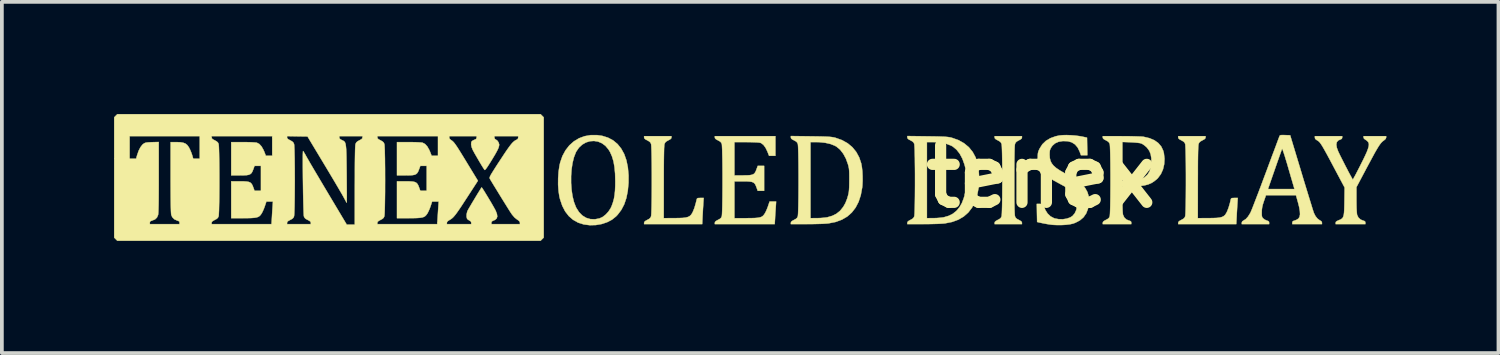
<source format=kicad_pcb>
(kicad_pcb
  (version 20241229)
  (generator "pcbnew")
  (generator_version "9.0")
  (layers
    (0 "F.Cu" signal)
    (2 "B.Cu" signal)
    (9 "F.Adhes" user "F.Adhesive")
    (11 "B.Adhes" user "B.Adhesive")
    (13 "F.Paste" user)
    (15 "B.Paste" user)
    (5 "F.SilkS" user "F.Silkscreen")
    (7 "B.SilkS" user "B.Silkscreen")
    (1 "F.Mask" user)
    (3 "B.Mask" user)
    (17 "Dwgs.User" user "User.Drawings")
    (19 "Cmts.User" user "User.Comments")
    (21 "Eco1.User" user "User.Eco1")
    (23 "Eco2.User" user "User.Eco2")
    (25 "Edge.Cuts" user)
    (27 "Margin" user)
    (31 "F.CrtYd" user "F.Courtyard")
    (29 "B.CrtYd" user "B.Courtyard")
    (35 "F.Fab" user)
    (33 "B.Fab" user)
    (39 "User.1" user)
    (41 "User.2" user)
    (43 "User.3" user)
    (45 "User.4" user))
  (footprint "tenex"
    (layer "F.Cu")
    (at 24.801 1.674)
    (property "Reference" "tenex" (at 0 0 0) (layer "F.SilkS") (effects (font (size 1.524 1.524) (thickness 0.3))))
    (attr through_hole)
    (fp_poly (pts (xy -0.509 -1.045) (xy -0.516 -1.02) (xy -0.543 -0.996) (xy -0.592 -0.97) (xy -0.645 -0.94) (xy -0.676 -0.911) (xy -0.695 -0.874) (xy -0.699 -0.851) (xy -0.703 -0.809) (xy -0.706 -0.746) (xy -0.708 -0.661) (xy -0.71 -0.552) (xy -0.712 -0.417) (xy -0.713 -0.255) (xy -0.713 -0.064) (xy -0.713 0.095) (xy -0.713 0.309) (xy -0.713 0.492) (xy -0.712 0.647) (xy -0.71 0.775) (xy -0.708 0.877) (xy -0.705 0.956) (xy -0.702 1.013) (xy -0.698 1.05) (xy -0.695 1.065) (xy -0.676 1.103) (xy -0.644 1.132) (xy -0.592 1.16) (xy -0.542 1.188) (xy -0.516 1.211) (xy -0.509 1.236) (xy -0.509 1.272) (xy -1.24 1.272) (xy -1.24 1.236) (xy -1.232 1.211) (xy -1.205 1.187) (xy -1.156 1.16) (xy -1.103 1.131) (xy -1.072 1.102) (xy -1.054 1.065) (xy -1.05 1.036) (xy -1.046 0.98) (xy -1.043 0.898) (xy -1.04 0.795) (xy -1.038 0.675) (xy -1.036 0.541) (xy -1.035 0.396) (xy -1.034 0.244) (xy -1.034 0.089) (xy -1.034 -0.066) (xy -1.035 -0.217) (xy -1.036 -0.361) (xy -1.038 -0.494) (xy -1.04 -0.613) (xy -1.043 -0.715) (xy -1.046 -0.794) (xy -1.05 -0.849) (xy -1.054 -0.874) (xy -1.073 -0.912) (xy -1.105 -0.941) (xy -1.156 -0.97) (xy -1.207 -0.997) (xy -1.233 -1.021) (xy -1.24 -1.045) (xy -1.24 -1.081) (xy -0.509 -1.081) (xy -0.509 -1.045)) (stroke (width 0.01) (type solid)) (fill yes) (layer "F.SilkS"))
    (fp_poly (pts (xy -9.887 -1.045) (xy -9.894 -1.02) (xy -9.921 -0.996) (xy -9.97 -0.97) (xy -10.023 -0.94) (xy -10.054 -0.911) (xy -10.072 -0.874) (xy -10.077 -0.852) (xy -10.08 -0.81) (xy -10.084 -0.748) (xy -10.086 -0.663) (xy -10.088 -0.555) (xy -10.09 -0.421) (xy -10.091 -0.26) (xy -10.092 -0.07) (xy -10.092 0.147) (xy -10.093 1.113) (xy -9.811 1.112) (xy -9.682 1.11) (xy -9.581 1.106) (xy -9.502 1.096) (xy -9.442 1.08) (xy -9.397 1.056) (xy -9.362 1.023) (xy -9.332 0.978) (xy -9.309 0.931) (xy -9.271 0.835) (xy -9.235 0.71) (xy -9.212 0.616) (xy -9.204 0.591) (xy -9.19 0.578) (xy -9.159 0.573) (xy -9.113 0.572) (xy -9.024 0.572) (xy -9.034 0.711) (xy -9.038 0.784) (xy -9.044 0.876) (xy -9.049 0.975) (xy -9.054 1.061) (xy -9.064 1.272) (xy -10.618 1.272) (xy -10.618 1.236) (xy -10.61 1.211) (xy -10.583 1.187) (xy -10.534 1.16) (xy -10.481 1.131) (xy -10.45 1.102) (xy -10.432 1.065) (xy -10.428 1.036) (xy -10.424 0.98) (xy -10.421 0.898) (xy -10.418 0.795) (xy -10.416 0.675) (xy -10.414 0.541) (xy -10.413 0.396) (xy -10.412 0.244) (xy -10.412 0.089) (xy -10.412 -0.066) (xy -10.413 -0.217) (xy -10.414 -0.361) (xy -10.416 -0.494) (xy -10.418 -0.613) (xy -10.421 -0.715) (xy -10.424 -0.794) (xy -10.428 -0.849) (xy -10.432 -0.874) (xy -10.451 -0.912) (xy -10.483 -0.941) (xy -10.534 -0.97) (xy -10.585 -0.997) (xy -10.611 -1.021) (xy -10.618 -1.045) (xy -10.618 -1.081) (xy -9.887 -1.081) (xy -9.887 -1.045)) (stroke (width 0.01) (type solid)) (fill yes) (layer "F.SilkS"))
    (fp_poly (pts (xy 4.403 -1.045) (xy 4.395 -1.02) (xy 4.369 -0.996) (xy 4.319 -0.97) (xy 4.266 -0.94) (xy 4.235 -0.911) (xy 4.217 -0.874) (xy 4.213 -0.852) (xy 4.209 -0.81) (xy 4.206 -0.748) (xy 4.203 -0.663) (xy 4.201 -0.555) (xy 4.199 -0.421) (xy 4.198 -0.26) (xy 4.198 -0.07) (xy 4.197 0.147) (xy 4.196 1.113) (xy 4.478 1.112) (xy 4.607 1.11) (xy 4.709 1.106) (xy 4.787 1.096) (xy 4.847 1.08) (xy 4.892 1.056) (xy 4.928 1.023) (xy 4.957 0.978) (xy 4.981 0.931) (xy 5.018 0.835) (xy 5.055 0.71) (xy 5.077 0.616) (xy 5.085 0.591) (xy 5.1 0.578) (xy 5.131 0.573) (xy 5.176 0.572) (xy 5.265 0.572) (xy 5.256 0.711) (xy 5.251 0.784) (xy 5.246 0.876) (xy 5.24 0.975) (xy 5.236 1.061) (xy 5.225 1.272) (xy 3.672 1.272) (xy 3.672 1.236) (xy 3.679 1.211) (xy 3.706 1.187) (xy 3.755 1.16) (xy 3.808 1.131) (xy 3.84 1.102) (xy 3.858 1.065) (xy 3.862 1.036) (xy 3.866 0.98) (xy 3.869 0.898) (xy 3.872 0.795) (xy 3.874 0.675) (xy 3.876 0.541) (xy 3.877 0.396) (xy 3.878 0.244) (xy 3.878 0.089) (xy 3.878 -0.066) (xy 3.877 -0.217) (xy 3.876 -0.361) (xy 3.874 -0.494) (xy 3.871 -0.613) (xy 3.869 -0.715) (xy 3.865 -0.794) (xy 3.862 -0.849) (xy 3.858 -0.874) (xy 3.839 -0.912) (xy 3.807 -0.941) (xy 3.755 -0.97) (xy 3.705 -0.997) (xy 3.679 -1.021) (xy 3.672 -1.045) (xy 3.672 -1.081) (xy 4.403 -1.081) (xy 4.403 -1.045)) (stroke (width 0.01) (type solid)) (fill yes) (layer "F.SilkS"))
    (fp_poly (pts (xy -11.876 -1.109) (xy -11.738 -1.089) (xy -11.584 -1.041) (xy -11.447 -0.968) (xy -11.329 -0.87) (xy -11.231 -0.748) (xy -11.151 -0.602) (xy -11.092 -0.435) (xy -11.053 -0.245) (xy -11.034 -0.034) (xy -11.035 0.166) (xy -11.055 0.382) (xy -11.093 0.573) (xy -11.15 0.742) (xy -11.228 0.891) (xy -11.326 1.021) (xy -11.37 1.067) (xy -11.479 1.154) (xy -11.61 1.222) (xy -11.755 1.27) (xy -11.911 1.297) (xy -12.07 1.301) (xy -12.227 1.281) (xy -12.233 1.28) (xy -12.384 1.232) (xy -12.518 1.157) (xy -12.633 1.057) (xy -12.73 0.932) (xy -12.808 0.781) (xy -12.867 0.606) (xy -12.885 0.534) (xy -12.907 0.387) (xy -12.919 0.222) (xy -12.918 0.048) (xy -12.914 -0.013) (xy -12.572 -0.013) (xy -12.572 0.171) (xy -12.559 0.351) (xy -12.534 0.522) (xy -12.496 0.678) (xy -12.445 0.811) (xy -12.436 0.831) (xy -12.361 0.95) (xy -12.272 1.041) (xy -12.17 1.104) (xy -12.057 1.138) (xy -11.934 1.143) (xy -11.81 1.119) (xy -11.728 1.081) (xy -11.648 1.019) (xy -11.574 0.939) (xy -11.514 0.848) (xy -11.488 0.793) (xy -11.453 0.695) (xy -11.426 0.598) (xy -11.408 0.494) (xy -11.396 0.378) (xy -11.39 0.241) (xy -11.389 0.127) (xy -11.394 -0.076) (xy -11.41 -0.253) (xy -11.437 -0.406) (xy -11.477 -0.54) (xy -11.529 -0.657) (xy -11.572 -0.727) (xy -11.653 -0.823) (xy -11.747 -0.892) (xy -11.851 -0.936) (xy -11.959 -0.953) (xy -12.068 -0.946) (xy -12.174 -0.913) (xy -12.273 -0.856) (xy -12.361 -0.775) (xy -12.433 -0.67) (xy -12.445 -0.646) (xy -12.496 -0.515) (xy -12.534 -0.362) (xy -12.559 -0.192) (xy -12.572 -0.013) (xy -12.914 -0.013) (xy -12.907 -0.124) (xy -12.884 -0.283) (xy -12.864 -0.374) (xy -12.804 -0.548) (xy -12.721 -0.702) (xy -12.619 -0.833) (xy -12.498 -0.941) (xy -12.361 -1.024) (xy -12.211 -1.08) (xy -12.048 -1.109) (xy -11.876 -1.109)) (stroke (width 0.01) (type solid)) (fill yes) (layer "F.SilkS"))
    (fp_poly (pts (xy -7.105 -0.556) (xy -7.275 -0.556) (xy -7.317 -0.664) (xy -7.368 -0.77) (xy -7.425 -0.848) (xy -7.487 -0.895) (xy -7.515 -0.905) (xy -7.549 -0.91) (xy -7.609 -0.915) (xy -7.688 -0.918) (xy -7.782 -0.921) (xy -7.882 -0.922) (xy -7.888 -0.922) (xy -8.202 -0.922) (xy -8.202 -0.032) (xy -7.975 -0.032) (xy -7.868 -0.033) (xy -7.788 -0.038) (xy -7.729 -0.049) (xy -7.687 -0.068) (xy -7.657 -0.097) (xy -7.633 -0.139) (xy -7.613 -0.19) (xy -7.578 -0.286) (xy -7.407 -0.286) (xy -7.407 0.381) (xy -7.578 0.381) (xy -7.613 0.285) (xy -7.635 0.23) (xy -7.659 0.189) (xy -7.691 0.161) (xy -7.734 0.143) (xy -7.794 0.133) (xy -7.877 0.128) (xy -7.975 0.127) (xy -8.202 0.127) (xy -8.202 1.113) (xy -7.884 1.113) (xy -7.756 1.112) (xy -7.656 1.109) (xy -7.579 1.103) (xy -7.52 1.092) (xy -7.476 1.077) (xy -7.442 1.054) (xy -7.414 1.024) (xy -7.39 0.989) (xy -7.362 0.938) (xy -7.332 0.87) (xy -7.305 0.8) (xy -7.303 0.793) (xy -7.261 0.668) (xy -7.086 0.668) (xy -7.095 0.807) (xy -7.1 0.888) (xy -7.107 0.985) (xy -7.113 1.079) (xy -7.114 1.109) (xy -7.124 1.272) (xy -8.726 1.272) (xy -8.726 1.236) (xy -8.719 1.211) (xy -8.692 1.187) (xy -8.643 1.16) (xy -8.59 1.131) (xy -8.558 1.102) (xy -8.54 1.065) (xy -8.536 1.036) (xy -8.532 0.98) (xy -8.529 0.898) (xy -8.526 0.795) (xy -8.524 0.675) (xy -8.522 0.541) (xy -8.521 0.396) (xy -8.52 0.244) (xy -8.52 0.089) (xy -8.52 -0.066) (xy -8.521 -0.217) (xy -8.522 -0.361) (xy -8.524 -0.494) (xy -8.527 -0.613) (xy -8.529 -0.715) (xy -8.533 -0.794) (xy -8.536 -0.849) (xy -8.54 -0.874) (xy -8.559 -0.912) (xy -8.591 -0.941) (xy -8.643 -0.97) (xy -8.693 -0.997) (xy -8.719 -1.021) (xy -8.726 -1.045) (xy -8.726 -1.081) (xy -7.105 -1.081) (xy -7.105 -0.556)) (stroke (width 0.01) (type solid)) (fill yes) (layer "F.SilkS"))
    (fp_poly (pts (xy 2.15 -1.081) (xy 2.278 -1.08) (xy 2.4 -1.079) (xy 2.513 -1.076) (xy 2.609 -1.073) (xy 2.686 -1.07) (xy 2.737 -1.066) (xy 2.748 -1.064) (xy 2.903 -1.027) (xy 3.033 -0.972) (xy 3.138 -0.897) (xy 3.217 -0.805) (xy 3.27 -0.693) (xy 3.288 -0.626) (xy 3.305 -0.475) (xy 3.296 -0.329) (xy 3.264 -0.192) (xy 3.208 -0.068) (xy 3.13 0.038) (xy 3.096 0.072) (xy 3.023 0.13) (xy 2.949 0.176) (xy 2.866 0.211) (xy 2.77 0.236) (xy 2.657 0.252) (xy 2.519 0.263) (xy 2.444 0.266) (xy 2.178 0.274) (xy 2.178 0.618) (xy 2.179 0.73) (xy 2.181 0.831) (xy 2.184 0.917) (xy 2.189 0.982) (xy 2.194 1.021) (xy 2.195 1.023) (xy 2.23 1.098) (xy 2.288 1.15) (xy 2.351 1.176) (xy 2.393 1.19) (xy 2.412 1.209) (xy 2.416 1.232) (xy 2.416 1.272) (xy 1.653 1.272) (xy 1.653 1.236) (xy 1.661 1.211) (xy 1.687 1.187) (xy 1.737 1.16) (xy 1.79 1.131) (xy 1.821 1.102) (xy 1.839 1.065) (xy 1.843 1.036) (xy 1.847 0.98) (xy 1.85 0.898) (xy 1.853 0.795) (xy 1.855 0.675) (xy 1.857 0.541) (xy 1.858 0.396) (xy 1.859 0.244) (xy 1.859 0.115) (xy 2.178 0.115) (xy 2.38 0.107) (xy 2.508 0.099) (xy 2.606 0.086) (xy 2.665 0.072) (xy 2.767 0.023) (xy 2.847 -0.047) (xy 2.904 -0.138) (xy 2.939 -0.253) (xy 2.953 -0.358) (xy 2.953 -0.489) (xy 2.935 -0.598) (xy 2.898 -0.69) (xy 2.839 -0.77) (xy 2.823 -0.787) (xy 2.77 -0.833) (xy 2.716 -0.87) (xy 2.678 -0.888) (xy 2.639 -0.897) (xy 2.575 -0.905) (xy 2.497 -0.912) (xy 2.411 -0.917) (xy 2.396 -0.918) (xy 2.178 -0.926) (xy 2.178 0.115) (xy 1.859 0.115) (xy 1.859 0.089) (xy 1.859 -0.066) (xy 1.858 -0.217) (xy 1.857 -0.361) (xy 1.855 -0.494) (xy 1.853 -0.613) (xy 1.85 -0.715) (xy 1.847 -0.794) (xy 1.843 -0.849) (xy 1.839 -0.874) (xy 1.82 -0.912) (xy 1.788 -0.941) (xy 1.737 -0.97) (xy 1.686 -0.997) (xy 1.66 -1.021) (xy 1.653 -1.045) (xy 1.653 -1.081) (xy 2.15 -1.081)) (stroke (width 0.01) (type solid)) (fill yes) (layer "F.SilkS"))
    (fp_poly (pts (xy 8.059 -1.043) (xy 8.049 -1.011) (xy 8.016 -0.994) (xy 8.015 -0.994) (xy 7.952 -0.966) (xy 7.914 -0.92) (xy 7.902 -0.855) (xy 7.915 -0.772) (xy 7.952 -0.673) (xy 7.977 -0.62) (xy 8.011 -0.55) (xy 8.052 -0.469) (xy 8.097 -0.38) (xy 8.144 -0.288) (xy 8.191 -0.198) (xy 8.235 -0.113) (xy 8.275 -0.039) (xy 8.308 0.021) (xy 8.331 0.062) (xy 8.343 0.079) (xy 8.343 0.079) (xy 8.353 0.066) (xy 8.374 0.027) (xy 8.407 -0.032) (xy 8.447 -0.109) (xy 8.494 -0.2) (xy 8.546 -0.301) (xy 8.548 -0.306) (xy 8.619 -0.447) (xy 8.675 -0.564) (xy 8.718 -0.659) (xy 8.747 -0.736) (xy 8.765 -0.796) (xy 8.773 -0.845) (xy 8.771 -0.883) (xy 8.76 -0.915) (xy 8.757 -0.919) (xy 8.726 -0.956) (xy 8.684 -0.985) (xy 8.683 -0.985) (xy 8.643 -1.014) (xy 8.631 -1.045) (xy 8.631 -1.081) (xy 9.235 -1.081) (xy 9.235 -1.044) (xy 9.221 -1.007) (xy 9.177 -0.969) (xy 9.176 -0.968) (xy 9.148 -0.948) (xy 9.12 -0.923) (xy 9.092 -0.891) (xy 9.06 -0.849) (xy 9.024 -0.794) (xy 8.982 -0.724) (xy 8.931 -0.636) (xy 8.872 -0.527) (xy 8.801 -0.395) (xy 8.722 -0.248) (xy 8.44 0.284) (xy 8.44 0.623) (xy 8.441 0.733) (xy 8.443 0.834) (xy 8.447 0.919) (xy 8.452 0.983) (xy 8.457 1.021) (xy 8.457 1.023) (xy 8.493 1.098) (xy 8.551 1.15) (xy 8.613 1.176) (xy 8.656 1.19) (xy 8.675 1.209) (xy 8.679 1.232) (xy 8.679 1.272) (xy 7.884 1.272) (xy 7.884 1.236) (xy 7.891 1.212) (xy 7.915 1.192) (xy 7.963 1.17) (xy 7.967 1.168) (xy 8.01 1.151) (xy 8.043 1.131) (xy 8.069 1.107) (xy 8.087 1.073) (xy 8.101 1.027) (xy 8.109 0.963) (xy 8.114 0.879) (xy 8.117 0.77) (xy 8.119 0.66) (xy 8.124 0.294) (xy 7.883 -0.159) (xy 7.795 -0.325) (xy 7.72 -0.466) (xy 7.657 -0.583) (xy 7.604 -0.679) (xy 7.56 -0.757) (xy 7.524 -0.818) (xy 7.494 -0.865) (xy 7.468 -0.901) (xy 7.446 -0.927) (xy 7.425 -0.946) (xy 7.404 -0.961) (xy 7.382 -0.974) (xy 7.373 -0.979) (xy 7.336 -1.009) (xy 7.328 -1.042) (xy 7.328 -1.081) (xy 8.059 -1.081) (xy 8.059 -1.043)) (stroke (width 0.01) (type solid)) (fill yes) (layer "F.SilkS"))
    (fp_poly (pts (xy 6.511 -1.11) (xy 6.53 -1.109) (xy 6.667 -1.105) (xy 6.97 -0.103) (xy 7.022 0.071) (xy 7.073 0.238) (xy 7.121 0.394) (xy 7.165 0.538) (xy 7.205 0.667) (xy 7.239 0.777) (xy 7.266 0.866) (xy 7.287 0.931) (xy 7.3 0.969) (xy 7.302 0.975) (xy 7.344 1.058) (xy 7.398 1.125) (xy 7.458 1.17) (xy 7.471 1.176) (xy 7.507 1.201) (xy 7.518 1.234) (xy 7.518 1.272) (xy 6.724 1.272) (xy 6.724 1.232) (xy 6.729 1.206) (xy 6.751 1.188) (xy 6.789 1.176) (xy 6.841 1.155) (xy 6.886 1.126) (xy 6.892 1.12) (xy 6.919 1.075) (xy 6.931 1.01) (xy 6.926 0.921) (xy 6.906 0.809) (xy 6.876 0.691) (xy 6.823 0.501) (xy 6.019 0.501) (xy 5.964 0.66) (xy 5.935 0.748) (xy 5.918 0.821) (xy 5.909 0.89) (xy 5.907 0.948) (xy 5.907 1.015) (xy 5.91 1.058) (xy 5.919 1.087) (xy 5.936 1.111) (xy 5.944 1.119) (xy 5.986 1.152) (xy 6.038 1.175) (xy 6.043 1.177) (xy 6.084 1.192) (xy 6.101 1.212) (xy 6.104 1.232) (xy 6.104 1.272) (xy 5.372 1.272) (xy 5.372 1.234) (xy 5.384 1.2) (xy 5.42 1.176) (xy 5.48 1.137) (xy 5.54 1.071) (xy 5.596 0.981) (xy 5.609 0.957) (xy 5.622 0.926) (xy 5.646 0.869) (xy 5.678 0.787) (xy 5.718 0.684) (xy 5.765 0.562) (xy 5.818 0.424) (xy 5.852 0.334) (xy 6.073 0.334) (xy 6.782 0.334) (xy 6.622 -0.215) (xy 6.586 -0.34) (xy 6.551 -0.454) (xy 6.521 -0.554) (xy 6.494 -0.636) (xy 6.473 -0.697) (xy 6.459 -0.734) (xy 6.452 -0.744) (xy 6.449 -0.737) (xy 6.444 -0.725) (xy 6.436 -0.705) (xy 6.426 -0.676) (xy 6.411 -0.634) (xy 6.391 -0.578) (xy 6.365 -0.504) (xy 6.332 -0.41) (xy 6.291 -0.293) (xy 6.242 -0.152) (xy 6.183 0.017) (xy 6.182 0.02) (xy 6.073 0.334) (xy 5.852 0.334) (xy 5.875 0.274) (xy 5.935 0.113) (xy 5.998 -0.055) (xy 6.014 -0.097) (xy 6.076 -0.264) (xy 6.135 -0.423) (xy 6.19 -0.571) (xy 6.241 -0.705) (xy 6.285 -0.823) (xy 6.322 -0.923) (xy 6.351 -1.001) (xy 6.372 -1.056) (xy 6.382 -1.084) (xy 6.383 -1.087) (xy 6.393 -1.1) (xy 6.413 -1.108) (xy 6.45 -1.111) (xy 6.511 -1.11)) (stroke (width 0.01) (type solid)) (fill yes) (layer "F.SilkS"))
    (fp_poly (pts (xy -6.155 -1.077) (xy -6.007 -1.075) (xy -5.887 -1.073) (xy -5.791 -1.07) (xy -5.715 -1.067) (xy -5.654 -1.063) (xy -5.605 -1.058) (xy -5.565 -1.052) (xy -5.528 -1.045) (xy -5.495 -1.036) (xy -5.323 -0.975) (xy -5.173 -0.891) (xy -5.047 -0.786) (xy -4.943 -0.659) (xy -4.863 -0.511) (xy -4.809 -0.35) (xy -4.792 -0.256) (xy -4.779 -0.14) (xy -4.773 -0.013) (xy -4.772 0.116) (xy -4.778 0.237) (xy -4.784 0.295) (xy -4.821 0.497) (xy -4.88 0.676) (xy -4.96 0.83) (xy -5.061 0.961) (xy -5.183 1.069) (xy -5.327 1.153) (xy -5.492 1.214) (xy -5.679 1.251) (xy -5.71 1.255) (xy -5.769 1.259) (xy -5.854 1.264) (xy -5.958 1.267) (xy -6.074 1.27) (xy -6.195 1.271) (xy -6.278 1.272) (xy -6.692 1.272) (xy -6.692 1.236) (xy -6.684 1.211) (xy -6.657 1.187) (xy -6.608 1.16) (xy -6.555 1.131) (xy -6.524 1.102) (xy -6.506 1.065) (xy -6.502 1.036) (xy -6.498 0.98) (xy -6.495 0.898) (xy -6.492 0.795) (xy -6.49 0.675) (xy -6.488 0.541) (xy -6.487 0.396) (xy -6.486 0.244) (xy -6.486 0.089) (xy -6.486 -0.066) (xy -6.487 -0.217) (xy -6.488 -0.361) (xy -6.49 -0.494) (xy -6.492 -0.613) (xy -6.495 -0.715) (xy -6.498 -0.794) (xy -6.502 -0.849) (xy -6.506 -0.874) (xy -6.525 -0.912) (xy -6.535 -0.922) (xy -6.167 -0.922) (xy -6.167 1.113) (xy -5.996 1.112) (xy -5.911 1.11) (xy -5.823 1.103) (xy -5.746 1.094) (xy -5.714 1.089) (xy -5.583 1.05) (xy -5.473 0.995) (xy -5.38 0.92) (xy -5.359 0.897) (xy -5.288 0.808) (xy -5.232 0.709) (xy -5.186 0.592) (xy -5.164 0.517) (xy -5.151 0.464) (xy -5.141 0.413) (xy -5.135 0.355) (xy -5.131 0.285) (xy -5.129 0.195) (xy -5.128 0.095) (xy -5.128 -0.013) (xy -5.129 -0.096) (xy -5.132 -0.161) (xy -5.137 -0.213) (xy -5.146 -0.259) (xy -5.157 -0.305) (xy -5.162 -0.323) (xy -5.218 -0.479) (xy -5.29 -0.612) (xy -5.374 -0.72) (xy -5.471 -0.801) (xy -5.515 -0.826) (xy -5.635 -0.873) (xy -5.778 -0.905) (xy -5.936 -0.921) (xy -5.995 -0.922) (xy -6.167 -0.922) (xy -6.535 -0.922) (xy -6.556 -0.941) (xy -6.608 -0.97) (xy -6.658 -0.996) (xy -6.684 -1.019) (xy -6.692 -1.045) (xy -6.692 -1.047) (xy -6.692 -1.084) (xy -6.155 -1.077)) (stroke (width 0.01) (type solid)) (fill yes) (layer "F.SilkS"))
    (fp_poly (pts (xy -3.04 -1.077) (xy -2.892 -1.075) (xy -2.772 -1.073) (xy -2.676 -1.07) (xy -2.599 -1.067) (xy -2.539 -1.063) (xy -2.49 -1.058) (xy -2.449 -1.052) (xy -2.413 -1.045) (xy -2.379 -1.036) (xy -2.207 -0.975) (xy -2.058 -0.891) (xy -1.931 -0.786) (xy -1.828 -0.659) (xy -1.748 -0.511) (xy -1.694 -0.35) (xy -1.676 -0.256) (xy -1.664 -0.14) (xy -1.657 -0.013) (xy -1.657 0.116) (xy -1.662 0.237) (xy -1.668 0.295) (xy -1.706 0.497) (xy -1.764 0.676) (xy -1.844 0.83) (xy -1.945 0.961) (xy -2.068 1.069) (xy -2.211 1.153) (xy -2.377 1.214) (xy -2.563 1.251) (xy -2.594 1.255) (xy -2.654 1.259) (xy -2.739 1.264) (xy -2.842 1.267) (xy -2.958 1.27) (xy -3.08 1.271) (xy -3.162 1.272) (xy -3.576 1.272) (xy -3.576 1.236) (xy -3.569 1.211) (xy -3.542 1.187) (xy -3.493 1.16) (xy -3.44 1.131) (xy -3.409 1.102) (xy -3.39 1.065) (xy -3.386 1.036) (xy -3.382 0.98) (xy -3.379 0.898) (xy -3.376 0.795) (xy -3.374 0.675) (xy -3.372 0.541) (xy -3.371 0.396) (xy -3.37 0.244) (xy -3.37 0.089) (xy -3.37 -0.066) (xy -3.371 -0.217) (xy -3.373 -0.361) (xy -3.374 -0.494) (xy -3.377 -0.613) (xy -3.379 -0.715) (xy -3.383 -0.794) (xy -3.387 -0.849) (xy -3.39 -0.874) (xy -3.409 -0.912) (xy -3.42 -0.922) (xy -3.052 -0.922) (xy -3.052 1.113) (xy -2.881 1.112) (xy -2.795 1.11) (xy -2.707 1.103) (xy -2.63 1.094) (xy -2.599 1.089) (xy -2.467 1.05) (xy -2.358 0.995) (xy -2.265 0.92) (xy -2.243 0.897) (xy -2.172 0.808) (xy -2.116 0.709) (xy -2.071 0.592) (xy -2.048 0.517) (xy -2.035 0.464) (xy -2.026 0.413) (xy -2.02 0.355) (xy -2.016 0.285) (xy -2.013 0.195) (xy -2.012 0.095) (xy -2.012 -0.013) (xy -2.013 -0.096) (xy -2.016 -0.161) (xy -2.022 -0.213) (xy -2.03 -0.259) (xy -2.042 -0.305) (xy -2.047 -0.323) (xy -2.103 -0.479) (xy -2.174 -0.612) (xy -2.259 -0.72) (xy -2.356 -0.801) (xy -2.399 -0.826) (xy -2.52 -0.873) (xy -2.662 -0.905) (xy -2.821 -0.921) (xy -2.88 -0.922) (xy -3.052 -0.922) (xy -3.42 -0.922) (xy -3.441 -0.941) (xy -3.493 -0.97) (xy -3.543 -0.996) (xy -3.568 -1.019) (xy -3.576 -1.045) (xy -3.576 -1.047) (xy -3.576 -1.084) (xy -3.04 -1.077)) (stroke (width 0.01) (type solid)) (fill yes) (layer "F.SilkS"))
    (fp_poly (pts (xy 0.796 -1.106) (xy 0.917 -1.097) (xy 1.031 -1.082) (xy 1.105 -1.069) (xy 1.232 -1.041) (xy 1.236 -0.807) (xy 1.241 -0.572) (xy 1.069 -0.572) (xy 1.034 -0.67) (xy 0.981 -0.778) (xy 0.911 -0.86) (xy 0.823 -0.916) (xy 0.716 -0.946) (xy 0.591 -0.95) (xy 0.585 -0.95) (xy 0.471 -0.931) (xy 0.38 -0.891) (xy 0.309 -0.829) (xy 0.278 -0.787) (xy 0.254 -0.744) (xy 0.239 -0.706) (xy 0.233 -0.661) (xy 0.231 -0.599) (xy 0.231 -0.581) (xy 0.236 -0.496) (xy 0.254 -0.421) (xy 0.287 -0.354) (xy 0.337 -0.291) (xy 0.408 -0.229) (xy 0.503 -0.165) (xy 0.624 -0.095) (xy 0.68 -0.065) (xy 0.822 0.013) (xy 0.938 0.083) (xy 1.031 0.15) (xy 1.105 0.215) (xy 1.163 0.281) (xy 1.187 0.314) (xy 1.243 0.416) (xy 1.275 0.522) (xy 1.285 0.642) (xy 1.282 0.717) (xy 1.258 0.861) (xy 1.21 0.985) (xy 1.138 1.089) (xy 1.041 1.172) (xy 0.919 1.236) (xy 0.858 1.258) (xy 0.774 1.277) (xy 0.668 1.29) (xy 0.548 1.297) (xy 0.425 1.297) (xy 0.307 1.291) (xy 0.223 1.28) (xy 0.145 1.267) (xy 0.065 1.252) (xy -0.001 1.238) (xy -0.008 1.237) (xy -0.103 1.215) (xy -0.108 0.973) (xy -0.112 0.731) (xy -0.025 0.731) (xy 0.026 0.732) (xy 0.054 0.739) (xy 0.067 0.754) (xy 0.074 0.775) (xy 0.115 0.891) (xy 0.176 0.988) (xy 0.255 1.064) (xy 0.348 1.113) (xy 0.368 1.12) (xy 0.474 1.14) (xy 0.584 1.142) (xy 0.689 1.126) (xy 0.782 1.093) (xy 0.842 1.055) (xy 0.902 0.985) (xy 0.943 0.896) (xy 0.965 0.796) (xy 0.967 0.69) (xy 0.948 0.588) (xy 0.91 0.494) (xy 0.875 0.443) (xy 0.834 0.4) (xy 0.778 0.355) (xy 0.704 0.306) (xy 0.609 0.25) (xy 0.488 0.184) (xy 0.485 0.182) (xy 0.348 0.108) (xy 0.237 0.041) (xy 0.149 -0.021) (xy 0.079 -0.081) (xy 0.024 -0.143) (xy -0.021 -0.209) (xy -0.043 -0.251) (xy -0.064 -0.299) (xy -0.078 -0.341) (xy -0.085 -0.39) (xy -0.087 -0.454) (xy -0.087 -0.493) (xy -0.086 -0.567) (xy -0.082 -0.621) (xy -0.072 -0.665) (xy -0.054 -0.711) (xy -0.035 -0.75) (xy 0.037 -0.864) (xy 0.133 -0.956) (xy 0.252 -1.027) (xy 0.394 -1.078) (xy 0.487 -1.098) (xy 0.571 -1.107) (xy 0.677 -1.11) (xy 0.796 -1.106)) (stroke (width 0.01) (type solid)) (fill yes) (layer "F.SilkS"))
    (fp_poly (pts (xy -13.346 -1.627) (xy -13.304 -1.585) (xy -13.304 1.633) (xy -13.388 1.717) (xy -24.712 1.717) (xy -24.754 1.675) (xy -24.796 1.633) (xy -24.796 -1.081) (xy -24.383 -1.081) (xy -24.383 -0.477) (xy -24.21 -0.477) (xy -24.184 -0.568) (xy -24.143 -0.687) (xy -24.095 -0.782) (xy -24.043 -0.851) (xy -24.021 -0.87) (xy -23.994 -0.889) (xy -23.967 -0.902) (xy -23.933 -0.91) (xy -23.884 -0.915) (xy -23.814 -0.919) (xy -23.784 -0.92) (xy -23.604 -0.925) (xy -23.604 0.015) (xy -23.604 0.246) (xy -23.605 0.446) (xy -23.606 0.615) (xy -23.608 0.754) (xy -23.611 0.865) (xy -23.614 0.947) (xy -23.618 1.002) (xy -23.622 1.027) (xy -23.652 1.096) (xy -23.703 1.145) (xy -23.78 1.176) (xy -23.781 1.177) (xy -23.822 1.192) (xy -23.839 1.211) (xy -23.842 1.232) (xy -23.842 1.272) (xy -23.048 1.272) (xy -23.048 1.232) (xy -23.053 1.206) (xy -23.075 1.188) (xy -23.113 1.176) (xy -23.189 1.141) (xy -23.243 1.084) (xy -23.269 1.023) (xy -23.273 0.991) (xy -23.277 0.927) (xy -23.28 0.832) (xy -23.282 0.706) (xy -23.284 0.548) (xy -23.285 0.36) (xy -23.286 0.142) (xy -23.286 0.02) (xy -23.286 -0.922) (xy -23.131 -0.922) (xy -23.027 -0.918) (xy -22.949 -0.905) (xy -22.889 -0.882) (xy -22.842 -0.844) (xy -22.802 -0.789) (xy -22.794 -0.776) (xy -22.763 -0.714) (xy -22.732 -0.639) (xy -22.713 -0.584) (xy -22.681 -0.477) (xy -22.507 -0.477) (xy -22.507 -1.081) (xy -22.189 -1.081) (xy -22.189 -1.045) (xy -22.182 -1.02) (xy -22.155 -0.996) (xy -22.106 -0.97) (xy -22.053 -0.94) (xy -22.021 -0.911) (xy -22.003 -0.874) (xy -21.999 -0.846) (xy -21.995 -0.789) (xy -21.992 -0.707) (xy -21.989 -0.605) (xy -21.987 -0.484) (xy -21.985 -0.35) (xy -21.984 -0.205) (xy -21.983 -0.054) (xy -21.983 0.102) (xy -21.983 0.257) (xy -21.984 0.408) (xy -21.985 0.552) (xy -21.987 0.685) (xy -21.99 0.804) (xy -21.992 0.905) (xy -21.996 0.985) (xy -21.999 1.04) (xy -22.003 1.065) (xy -22.022 1.103) (xy -22.054 1.132) (xy -22.106 1.16) (xy -22.156 1.188) (xy -22.182 1.211) (xy -22.189 1.236) (xy -22.189 1.272) (xy -20.587 1.272) (xy -20.171 1.272) (xy -19.535 1.272) (xy -19.535 1.236) (xy -19.542 1.211) (xy -19.569 1.187) (xy -19.618 1.16) (xy -19.671 1.132) (xy -19.701 1.103) (xy -19.719 1.066) (xy -19.72 1.065) (xy -19.723 1.04) (xy -19.726 0.989) (xy -19.729 0.913) (xy -19.732 0.818) (xy -19.735 0.705) (xy -19.738 0.58) (xy -19.741 0.445) (xy -19.743 0.303) (xy -19.745 0.159) (xy -19.747 0.016) (xy -19.748 -0.123) (xy -19.749 -0.254) (xy -19.749 -0.374) (xy -19.749 -0.48) (xy -19.749 -0.567) (xy -19.747 -0.632) (xy -19.745 -0.672) (xy -19.743 -0.683) (xy -19.732 -0.67) (xy -19.71 -0.635) (xy -19.68 -0.584) (xy -19.662 -0.55) (xy -19.641 -0.513) (xy -19.605 -0.451) (xy -19.557 -0.367) (xy -19.497 -0.265) (xy -19.427 -0.146) (xy -19.349 -0.015) (xy -19.265 0.127) (xy -19.176 0.277) (xy -19.084 0.431) (xy -19.082 0.435) (xy -18.573 1.287) (xy -18.359 1.287) (xy -18.358 0.234) (xy -18.357 0.006) (xy -18.357 -0.193) (xy -18.356 -0.362) (xy -18.354 -0.505) (xy -18.352 -0.622) (xy -18.35 -0.715) (xy -18.347 -0.786) (xy -18.344 -0.836) (xy -18.34 -0.866) (xy -18.338 -0.874) (xy -18.319 -0.912) (xy -18.287 -0.941) (xy -18.235 -0.97) (xy -18.185 -0.997) (xy -18.159 -1.021) (xy -18.152 -1.045) (xy -18.152 -1.081) (xy -17.755 -1.081) (xy -17.755 -1.045) (xy -17.747 -1.02) (xy -17.72 -0.996) (xy -17.671 -0.97) (xy -17.618 -0.94) (xy -17.587 -0.911) (xy -17.569 -0.874) (xy -17.564 -0.846) (xy -17.561 -0.789) (xy -17.557 -0.707) (xy -17.555 -0.605) (xy -17.552 -0.484) (xy -17.551 -0.35) (xy -17.549 -0.205) (xy -17.549 -0.054) (xy -17.548 0.102) (xy -17.549 0.257) (xy -17.549 0.408) (xy -17.551 0.552) (xy -17.553 0.685) (xy -17.555 0.804) (xy -17.558 0.905) (xy -17.561 0.985) (xy -17.565 1.04) (xy -17.569 1.065) (xy -17.587 1.103) (xy -17.619 1.132) (xy -17.671 1.16) (xy -17.722 1.188) (xy -17.747 1.211) (xy -17.755 1.236) (xy -17.755 1.272) (xy -16.153 1.272) (xy -15.895 1.272) (xy -15.243 1.272) (xy -15.243 1.234) (xy -15.254 1.2) (xy -15.291 1.176) (xy -15.33 1.153) (xy -15.355 1.127) (xy -15.368 1.076) (xy -15.367 1.01) (xy -15.351 0.941) (xy -15.341 0.914) (xy -15.327 0.888) (xy -15.3 0.841) (xy -15.263 0.778) (xy -15.219 0.703) (xy -15.17 0.622) (xy -15.121 0.54) (xy -15.074 0.462) (xy -15.031 0.393) (xy -14.997 0.337) (xy -14.973 0.301) (xy -14.965 0.289) (xy -14.955 0.3) (xy -14.933 0.333) (xy -14.899 0.385) (xy -14.859 0.451) (xy -14.813 0.526) (xy -14.765 0.606) (xy -14.717 0.686) (xy -14.673 0.762) (xy -14.635 0.829) (xy -14.606 0.882) (xy -14.589 0.914) (xy -14.556 1.001) (xy -14.547 1.069) (xy -14.564 1.121) (xy -14.607 1.159) (xy -14.647 1.176) (xy -14.686 1.195) (xy -14.702 1.219) (xy -14.703 1.233) (xy -14.703 1.272) (xy -13.94 1.272) (xy -13.94 1.234) (xy -13.949 1.205) (xy -13.979 1.174) (xy -14.018 1.148) (xy -14.084 1.095) (xy -14.15 1.018) (xy -14.174 0.983) (xy -14.2 0.944) (xy -14.238 0.884) (xy -14.286 0.807) (xy -14.342 0.717) (xy -14.403 0.619) (xy -14.466 0.517) (xy -14.529 0.414) (xy -14.589 0.316) (xy -14.644 0.227) (xy -14.69 0.151) (xy -14.725 0.093) (xy -14.746 0.056) (xy -14.748 0.051) (xy -14.752 0.039) (xy -14.75 0.022) (xy -14.741 -0.003) (xy -14.723 -0.039) (xy -14.694 -0.089) (xy -14.652 -0.156) (xy -14.597 -0.243) (xy -14.528 -0.35) (xy -14.433 -0.494) (xy -14.354 -0.614) (xy -14.288 -0.712) (xy -14.232 -0.79) (xy -14.186 -0.851) (xy -14.147 -0.898) (xy -14.112 -0.932) (xy -14.081 -0.957) (xy -14.051 -0.975) (xy -14.024 -0.987) (xy -13.994 -1.012) (xy -13.987 -1.041) (xy -13.987 -1.081) (xy -14.623 -1.081) (xy -14.623 -1.042) (xy -14.611 -1.006) (xy -14.592 -0.994) (xy -14.549 -0.966) (xy -14.515 -0.919) (xy -14.497 -0.865) (xy -14.496 -0.852) (xy -14.5 -0.819) (xy -14.511 -0.779) (xy -14.531 -0.73) (xy -14.563 -0.668) (xy -14.607 -0.589) (xy -14.667 -0.489) (xy -14.715 -0.41) (xy -14.773 -0.318) (xy -14.817 -0.251) (xy -14.849 -0.207) (xy -14.87 -0.183) (xy -14.884 -0.177) (xy -14.887 -0.179) (xy -14.903 -0.202) (xy -14.931 -0.246) (xy -14.969 -0.307) (xy -15.012 -0.379) (xy -15.058 -0.457) (xy -15.103 -0.535) (xy -15.145 -0.607) (xy -15.179 -0.669) (xy -15.203 -0.714) (xy -15.204 -0.715) (xy -15.233 -0.79) (xy -15.246 -0.859) (xy -15.242 -0.916) (xy -15.228 -0.945) (xy -15.2 -0.965) (xy -15.159 -0.985) (xy -15.154 -0.986) (xy -15.116 -1.004) (xy -15.101 -1.03) (xy -15.1 -1.042) (xy -15.1 -1.081) (xy -15.831 -1.081) (xy -15.831 -1.043) (xy -15.819 -1.006) (xy -15.778 -0.973) (xy -15.777 -0.972) (xy -15.756 -0.959) (xy -15.735 -0.941) (xy -15.712 -0.918) (xy -15.686 -0.886) (xy -15.655 -0.843) (xy -15.616 -0.786) (xy -15.569 -0.712) (xy -15.511 -0.619) (xy -15.441 -0.505) (xy -15.356 -0.366) (xy -15.341 -0.341) (xy -15.065 0.112) (xy -15.333 0.525) (xy -15.425 0.666) (xy -15.501 0.783) (xy -15.565 0.878) (xy -15.618 0.954) (xy -15.662 1.014) (xy -15.7 1.06) (xy -15.732 1.095) (xy -15.762 1.121) (xy -15.791 1.142) (xy -15.816 1.157) (xy -15.866 1.188) (xy -15.89 1.216) (xy -15.895 1.236) (xy -15.895 1.272) (xy -16.153 1.272) (xy -16.143 1.109) (xy -16.137 1.019) (xy -16.131 0.921) (xy -16.125 0.833) (xy -16.123 0.807) (xy -16.114 0.668) (xy -16.29 0.668) (xy -16.331 0.793) (xy -16.357 0.863) (xy -16.387 0.931) (xy -16.415 0.985) (xy -16.418 0.989) (xy -16.445 1.027) (xy -16.473 1.056) (xy -16.507 1.078) (xy -16.552 1.093) (xy -16.612 1.103) (xy -16.691 1.109) (xy -16.793 1.112) (xy -16.912 1.113) (xy -17.23 1.113) (xy -17.23 0.127) (xy -17.004 0.127) (xy -16.897 0.128) (xy -16.816 0.133) (xy -16.758 0.144) (xy -16.716 0.163) (xy -16.685 0.193) (xy -16.661 0.234) (xy -16.641 0.285) (xy -16.606 0.381) (xy -16.435 0.381) (xy -16.435 -0.286) (xy -16.606 -0.286) (xy -16.641 -0.19) (xy -16.663 -0.135) (xy -16.688 -0.094) (xy -16.719 -0.066) (xy -16.762 -0.047) (xy -16.823 -0.037) (xy -16.905 -0.033) (xy -17.004 -0.032) (xy -17.23 -0.032) (xy -17.23 -0.922) (xy -16.916 -0.922) (xy -16.815 -0.921) (xy -16.722 -0.919) (xy -16.641 -0.915) (xy -16.58 -0.911) (xy -16.544 -0.906) (xy -16.543 -0.905) (xy -16.479 -0.871) (xy -16.419 -0.806) (xy -16.366 -0.712) (xy -16.345 -0.664) (xy -16.303 -0.556) (xy -16.133 -0.556) (xy -16.133 -1.081) (xy -17.755 -1.081) (xy -18.152 -1.081) (xy -18.772 -1.081) (xy -18.772 -1.044) (xy -18.764 -1.016) (xy -18.735 -0.992) (xy -18.704 -0.976) (xy -18.678 -0.964) (xy -18.656 -0.952) (xy -18.638 -0.938) (xy -18.623 -0.918) (xy -18.611 -0.889) (xy -18.602 -0.851) (xy -18.595 -0.798) (xy -18.589 -0.73) (xy -18.585 -0.643) (xy -18.582 -0.535) (xy -18.58 -0.403) (xy -18.578 -0.244) (xy -18.576 -0.068) (xy -18.575 0.085) (xy -18.574 0.228) (xy -18.573 0.357) (xy -18.572 0.47) (xy -18.572 0.564) (xy -18.573 0.636) (xy -18.573 0.682) (xy -18.574 0.699) (xy -18.574 0.699) (xy -18.584 0.686) (xy -18.604 0.651) (xy -18.631 0.6) (xy -18.644 0.576) (xy -18.664 0.539) (xy -18.698 0.478) (xy -18.746 0.396) (xy -18.805 0.295) (xy -18.873 0.179) (xy -18.949 0.051) (xy -19.031 -0.086) (xy -19.117 -0.23) (xy -19.165 -0.31) (xy -19.624 -1.073) (xy -19.897 -1.077) (xy -20.171 -1.082) (xy -20.171 -1.045) (xy -20.163 -1.02) (xy -20.137 -0.997) (xy -20.087 -0.97) (xy -20.034 -0.94) (xy -20.003 -0.911) (xy -19.985 -0.874) (xy -19.98 -0.846) (xy -19.977 -0.789) (xy -19.973 -0.707) (xy -19.971 -0.605) (xy -19.968 -0.484) (xy -19.967 -0.35) (xy -19.965 -0.205) (xy -19.965 -0.054) (xy -19.964 0.102) (xy -19.965 0.257) (xy -19.966 0.408) (xy -19.967 0.552) (xy -19.969 0.685) (xy -19.971 0.804) (xy -19.974 0.905) (xy -19.977 0.985) (xy -19.981 1.04) (xy -19.985 1.065) (xy -20.003 1.103) (xy -20.035 1.132) (xy -20.087 1.16) (xy -20.138 1.188) (xy -20.163 1.211) (xy -20.171 1.236) (xy -20.171 1.272) (xy -20.587 1.272) (xy -20.577 1.109) (xy -20.572 1.019) (xy -20.566 0.921) (xy -20.56 0.833) (xy -20.558 0.807) (xy -20.549 0.668) (xy -20.724 0.668) (xy -20.766 0.793) (xy -20.792 0.863) (xy -20.822 0.931) (xy -20.85 0.985) (xy -20.853 0.989) (xy -20.879 1.027) (xy -20.907 1.056) (xy -20.942 1.078) (xy -20.987 1.093) (xy -21.047 1.103) (xy -21.125 1.109) (xy -21.228 1.112) (xy -21.347 1.113) (xy -21.665 1.113) (xy -21.665 0.127) (xy -21.438 0.127) (xy -21.331 0.128) (xy -21.251 0.133) (xy -21.192 0.144) (xy -21.15 0.163) (xy -21.12 0.193) (xy -21.096 0.234) (xy -21.076 0.285) (xy -21.041 0.381) (xy -20.87 0.381) (xy -20.87 -0.286) (xy -21.041 -0.286) (xy -21.076 -0.19) (xy -21.098 -0.135) (xy -21.122 -0.094) (xy -21.154 -0.066) (xy -21.197 -0.047) (xy -21.257 -0.037) (xy -21.34 -0.033) (xy -21.438 -0.032) (xy -21.665 -0.032) (xy -21.665 -0.922) (xy -21.351 -0.922) (xy -21.25 -0.921) (xy -21.156 -0.919) (xy -21.076 -0.915) (xy -21.015 -0.911) (xy -20.979 -0.906) (xy -20.978 -0.905) (xy -20.913 -0.871) (xy -20.854 -0.806) (xy -20.801 -0.712) (xy -20.78 -0.664) (xy -20.738 -0.556) (xy -20.568 -0.556) (xy -20.568 -1.081) (xy -22.189 -1.081) (xy -22.507 -1.081) (xy -24.383 -1.081) (xy -24.796 -1.081) (xy -24.796 -1.585) (xy -24.754 -1.627) (xy -24.712 -1.669) (xy -13.388 -1.669) (xy -13.346 -1.627)) (stroke (width 0.01) (type solid)) (fill yes) (layer "F.SilkS")))
  (gr_rect
    (start -3 -3)
    (end 37.041 6.396)
    (stroke (width 0.1) (type default))
    (fill no)
    (layer "Edge.Cuts")))
</source>
